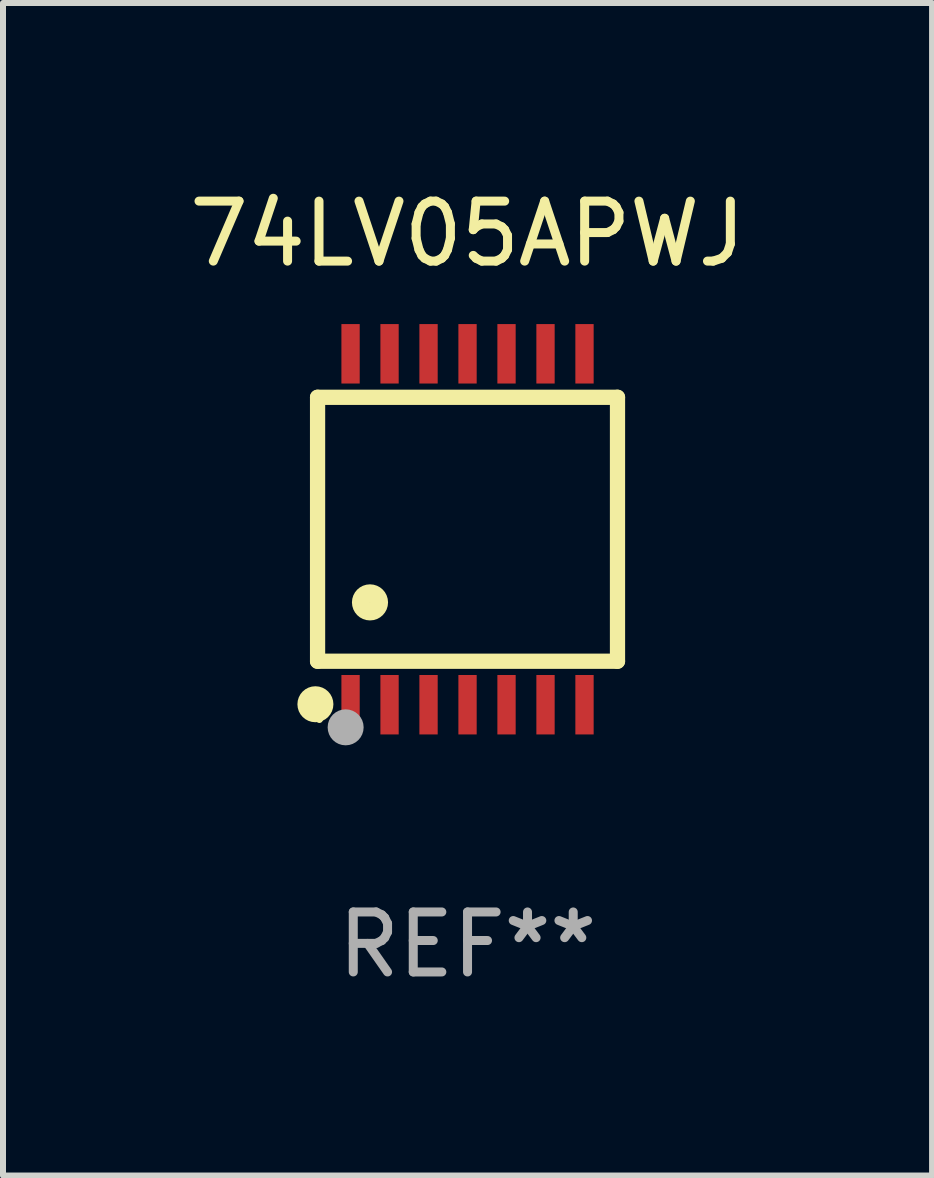
<source format=kicad_pcb>
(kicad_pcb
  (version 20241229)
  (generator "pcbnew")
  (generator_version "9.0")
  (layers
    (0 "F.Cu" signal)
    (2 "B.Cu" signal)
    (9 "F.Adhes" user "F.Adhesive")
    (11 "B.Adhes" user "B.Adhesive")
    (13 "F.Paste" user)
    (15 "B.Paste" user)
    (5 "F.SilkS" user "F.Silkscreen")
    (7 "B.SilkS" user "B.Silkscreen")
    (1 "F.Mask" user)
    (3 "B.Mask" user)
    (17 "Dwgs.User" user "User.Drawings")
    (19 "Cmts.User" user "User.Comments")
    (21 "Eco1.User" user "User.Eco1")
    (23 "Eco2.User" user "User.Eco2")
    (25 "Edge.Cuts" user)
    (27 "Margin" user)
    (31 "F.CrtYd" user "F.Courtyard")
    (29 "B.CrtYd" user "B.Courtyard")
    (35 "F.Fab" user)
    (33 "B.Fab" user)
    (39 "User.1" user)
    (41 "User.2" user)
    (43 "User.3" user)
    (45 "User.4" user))
  (footprint "74LV05APWJ"
    (layer "F.Cu")
    (at 4.744 5.773)
    (property "Reference" "74LV05APWJ" (at 0 -4.925 0) (layer "F.SilkS") (effects (font (size 1 1) (thickness 0.15))))
    (attr through_hole)
    (fp_line (start -2.5 2.2) (end -2.5 -2.2) (stroke (width 0.254) (type solid)) (layer "F.SilkS"))
    (fp_line (start -2.5 2.2) (end 2.5 2.2) (stroke (width 0.254) (type solid)) (layer "F.SilkS"))
    (fp_line (start 2.5 -2.2) (end -2.5 -2.2) (stroke (width 0.254) (type solid)) (layer "F.SilkS"))
    (fp_line (start 2.5 -2.2) (end 2.5 2.2) (stroke (width 0.254) (type solid)) (layer "F.SilkS"))
    (fp_circle (center -2.536 2.917) (end -2.386 2.917) (stroke (width 0.3) (type solid)) (fill no) (layer "F.SilkS"))
    (fp_circle (center -2.47 3.17) (end -2.44 3.17) (stroke (width 0.06) (type solid)) (fill no) (layer "F.SilkS"))
    (fp_circle (center -1.626 1.219) (end -1.475 1.219) (stroke (width 0.3) (type solid)) (fill no) (layer "F.SilkS"))
    (fp_circle (center -2.032 3.302) (end -1.882 3.302) (stroke (width 0.3) (type solid)) (fill no) (layer "F.Fab"))
    (fp_text user "REF**" (at 0 6.925 0) (layer "F.Fab") (effects (font (size 1 1) (thickness 0.15))))
    (pad "1" smd rect (at -1.95 2.925) (size 0.305 0.991) (layers "F.Cu" "F.Mask" "F.Paste"))
    (pad "2" smd rect (at -1.3 2.925) (size 0.305 0.991) (layers "F.Cu" "F.Mask" "F.Paste"))
    (pad "3" smd rect (at -0.65 2.925) (size 0.305 0.991) (layers "F.Cu" "F.Mask" "F.Paste"))
    (pad "4" smd rect (at 0 2.925) (size 0.305 0.991) (layers "F.Cu" "F.Mask" "F.Paste"))
    (pad "5" smd rect (at 0.65 2.925) (size 0.305 0.991) (layers "F.Cu" "F.Mask" "F.Paste"))
    (pad "6" smd rect (at 1.3 2.925) (size 0.305 0.991) (layers "F.Cu" "F.Mask" "F.Paste"))
    (pad "7" smd rect (at 1.95 2.925) (size 0.305 0.991) (layers "F.Cu" "F.Mask" "F.Paste"))
    (pad "8" smd rect (at 1.95 -2.925) (size 0.305 0.991) (layers "F.Cu" "F.Mask" "F.Paste"))
    (pad "9" smd rect (at 1.3 -2.925) (size 0.305 0.991) (layers "F.Cu" "F.Mask" "F.Paste"))
    (pad "10" smd rect (at 0.65 -2.925) (size 0.305 0.991) (layers "F.Cu" "F.Mask" "F.Paste"))
    (pad "11" smd rect (at 0 -2.925) (size 0.305 0.991) (layers "F.Cu" "F.Mask" "F.Paste"))
    (pad "12" smd rect (at -0.65 -2.925) (size 0.305 0.991) (layers "F.Cu" "F.Mask" "F.Paste"))
    (pad "13" smd rect (at -1.3 -2.925) (size 0.305 0.991) (layers "F.Cu" "F.Mask" "F.Paste"))
    (pad "14" smd rect (at -1.95 -2.925) (size 0.305 0.991) (layers "F.Cu" "F.Mask" "F.Paste")))
  (gr_rect
    (start -3 -3)
    (end 12.488 16.547)
    (stroke (width 0.1) (type default))
    (fill no)
    (layer "Edge.Cuts")))
</source>
